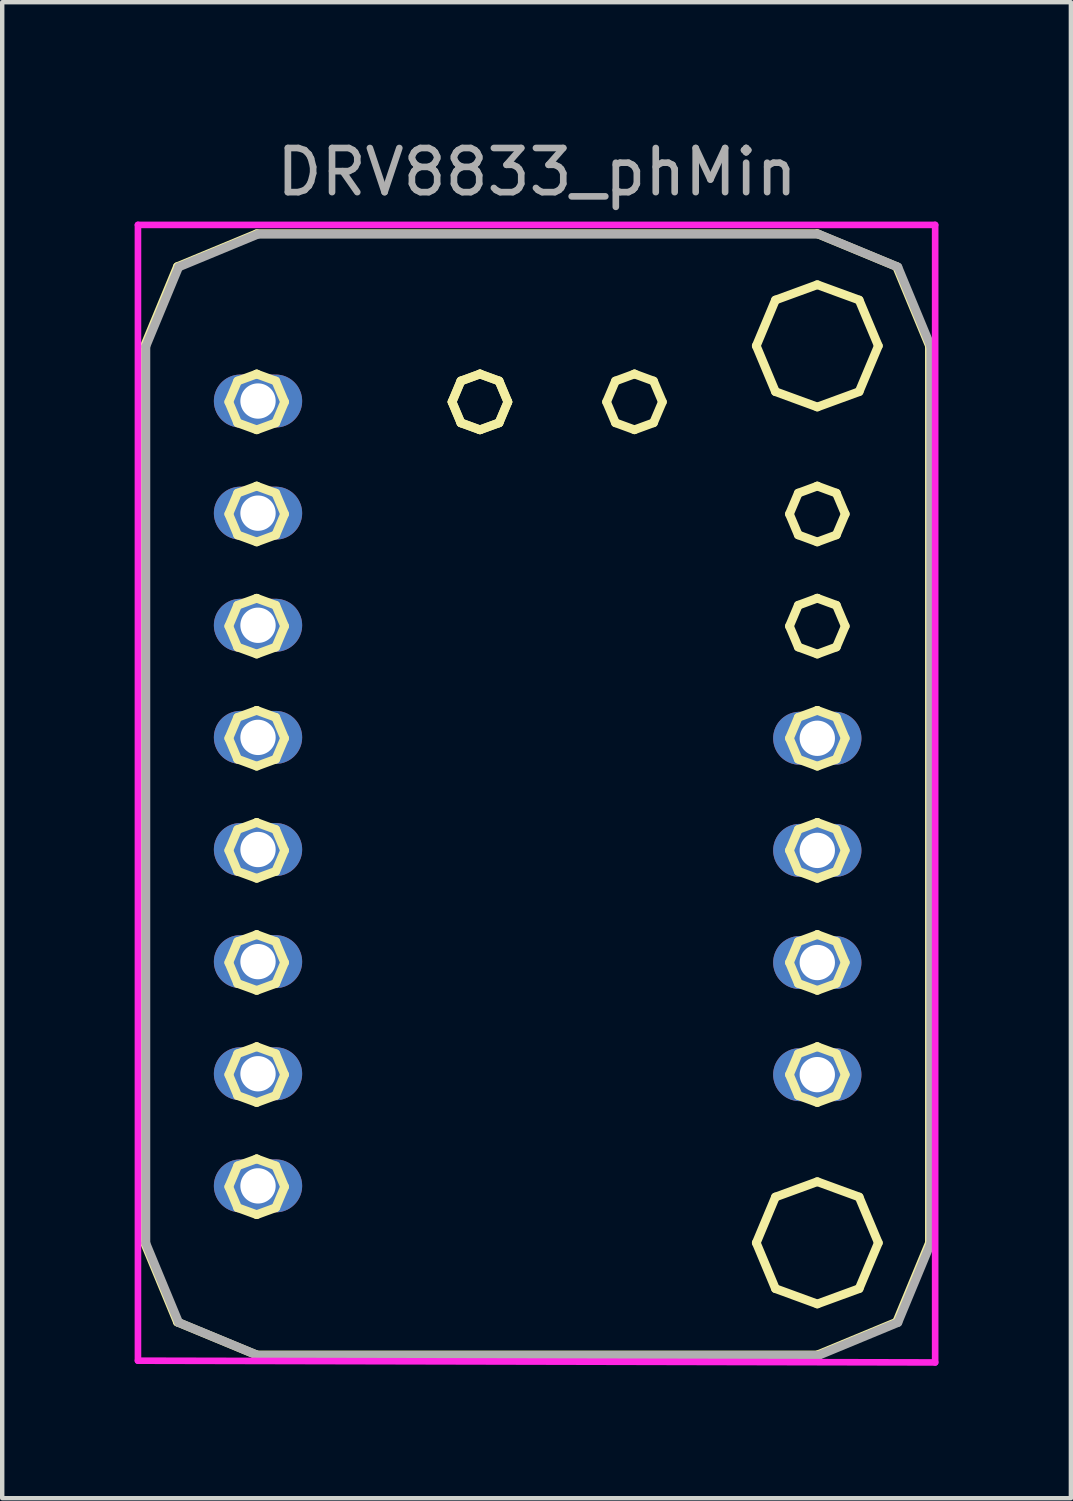
<source format=kicad_pcb>
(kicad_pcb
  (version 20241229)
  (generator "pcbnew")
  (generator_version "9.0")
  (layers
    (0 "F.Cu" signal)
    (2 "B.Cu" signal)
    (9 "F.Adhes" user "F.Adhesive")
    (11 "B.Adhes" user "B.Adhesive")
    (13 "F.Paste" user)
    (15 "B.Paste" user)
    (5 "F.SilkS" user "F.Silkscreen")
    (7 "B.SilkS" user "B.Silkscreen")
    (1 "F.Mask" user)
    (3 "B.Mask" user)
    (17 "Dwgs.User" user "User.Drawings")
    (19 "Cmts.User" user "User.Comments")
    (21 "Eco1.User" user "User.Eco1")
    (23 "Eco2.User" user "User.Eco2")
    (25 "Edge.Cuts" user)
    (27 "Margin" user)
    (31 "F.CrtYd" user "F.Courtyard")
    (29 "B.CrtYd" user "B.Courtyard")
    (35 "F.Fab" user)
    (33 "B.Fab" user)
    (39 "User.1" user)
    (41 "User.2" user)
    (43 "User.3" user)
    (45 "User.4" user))
  (footprint "DRV8833_phMin"
    (layer "F.Cu")
    (at 9.115 14.945)
    (property "Reference" "DRV8833_phMin" (at 0 -14.097 0) (layer "F.Fab") (effects (font (size 1 1) (thickness 0.15))))
    (attr smd)
    (fp_line (start -8.89 -10.16) (end -8.146 -11.956) (stroke (width 0.198) (type solid)) (layer "F.SilkS"))
    (fp_line (start -8.89 10.16) (end -8.89 -10.16) (stroke (width 0.198) (type solid)) (layer "F.SilkS"))
    (fp_line (start -8.146 -11.956) (end -6.35 -12.7) (stroke (width 0.198) (type solid)) (layer "F.SilkS"))
    (fp_line (start -8.146 11.956) (end -8.89 10.16) (stroke (width 0.198) (type solid)) (layer "F.SilkS"))
    (fp_line (start -6.982 -8.89) (end -6.782 -8.416) (stroke (width 0.198) (type solid)) (layer "F.SilkS"))
    (fp_line (start -6.982 -6.35) (end -6.782 -5.877) (stroke (width 0.198) (type solid)) (layer "F.SilkS"))
    (fp_line (start -6.982 -3.81) (end -6.782 -3.336) (stroke (width 0.198) (type solid)) (layer "F.SilkS"))
    (fp_line (start -6.982 -1.27) (end -6.782 -0.797) (stroke (width 0.198) (type solid)) (layer "F.SilkS"))
    (fp_line (start -6.982 1.271) (end -6.782 1.744) (stroke (width 0.198) (type solid)) (layer "F.SilkS"))
    (fp_line (start -6.982 3.81) (end -6.782 4.284) (stroke (width 0.198) (type solid)) (layer "F.SilkS"))
    (fp_line (start -6.982 6.35) (end -6.782 6.823) (stroke (width 0.198) (type solid)) (layer "F.SilkS"))
    (fp_line (start -6.982 8.89) (end -6.782 9.364) (stroke (width 0.198) (type solid)) (layer "F.SilkS"))
    (fp_line (start -6.782 -9.364) (end -6.982 -8.89) (stroke (width 0.198) (type solid)) (layer "F.SilkS"))
    (fp_line (start -6.782 -8.416) (end -6.35 -8.258) (stroke (width 0.198) (type solid)) (layer "F.SilkS"))
    (fp_line (start -6.782 -6.824) (end -6.982 -6.35) (stroke (width 0.198) (type solid)) (layer "F.SilkS"))
    (fp_line (start -6.782 -5.877) (end -6.35 -5.718) (stroke (width 0.198) (type solid)) (layer "F.SilkS"))
    (fp_line (start -6.782 -4.284) (end -6.982 -3.81) (stroke (width 0.198) (type solid)) (layer "F.SilkS"))
    (fp_line (start -6.782 -3.336) (end -6.35 -3.178) (stroke (width 0.198) (type solid)) (layer "F.SilkS"))
    (fp_line (start -6.782 -1.744) (end -6.982 -1.27) (stroke (width 0.198) (type solid)) (layer "F.SilkS"))
    (fp_line (start -6.782 -0.797) (end -6.35 -0.638) (stroke (width 0.198) (type solid)) (layer "F.SilkS"))
    (fp_line (start -6.782 0.797) (end -6.982 1.271) (stroke (width 0.198) (type solid)) (layer "F.SilkS"))
    (fp_line (start -6.782 1.744) (end -6.35 1.902) (stroke (width 0.198) (type solid)) (layer "F.SilkS"))
    (fp_line (start -6.782 3.336) (end -6.982 3.81) (stroke (width 0.198) (type solid)) (layer "F.SilkS"))
    (fp_line (start -6.782 4.284) (end -6.35 4.442) (stroke (width 0.198) (type solid)) (layer "F.SilkS"))
    (fp_line (start -6.782 5.876) (end -6.982 6.35) (stroke (width 0.198) (type solid)) (layer "F.SilkS"))
    (fp_line (start -6.782 6.823) (end -6.35 6.982) (stroke (width 0.198) (type solid)) (layer "F.SilkS"))
    (fp_line (start -6.782 8.416) (end -6.982 8.89) (stroke (width 0.198) (type solid)) (layer "F.SilkS"))
    (fp_line (start -6.782 9.364) (end -6.35 9.522) (stroke (width 0.198) (type solid)) (layer "F.SilkS"))
    (fp_line (start -6.35 -9.522) (end -6.782 -9.364) (stroke (width 0.198) (type solid)) (layer "F.SilkS"))
    (fp_line (start -6.35 -9.522) (end -6.35 -9.522) (stroke (width 0.198) (type solid)) (layer "F.SilkS"))
    (fp_line (start -6.35 -8.258) (end -5.918 -8.416) (stroke (width 0.198) (type solid)) (layer "F.SilkS"))
    (fp_line (start -6.35 -6.983) (end -6.782 -6.824) (stroke (width 0.198) (type solid)) (layer "F.SilkS"))
    (fp_line (start -6.35 -6.983) (end -6.35 -6.983) (stroke (width 0.198) (type solid)) (layer "F.SilkS"))
    (fp_line (start -6.35 -5.718) (end -5.918 -5.877) (stroke (width 0.198) (type solid)) (layer "F.SilkS"))
    (fp_line (start -6.35 -4.442) (end -6.782 -4.284) (stroke (width 0.198) (type solid)) (layer "F.SilkS"))
    (fp_line (start -6.35 -4.442) (end -6.35 -4.442) (stroke (width 0.198) (type solid)) (layer "F.SilkS"))
    (fp_line (start -6.35 -3.178) (end -5.918 -3.336) (stroke (width 0.198) (type solid)) (layer "F.SilkS"))
    (fp_line (start -6.35 -1.902) (end -6.782 -1.744) (stroke (width 0.198) (type solid)) (layer "F.SilkS"))
    (fp_line (start -6.35 -1.902) (end -6.35 -1.902) (stroke (width 0.198) (type solid)) (layer "F.SilkS"))
    (fp_line (start -6.35 -0.638) (end -5.918 -0.797) (stroke (width 0.198) (type solid)) (layer "F.SilkS"))
    (fp_line (start -6.35 0.638) (end -6.782 0.797) (stroke (width 0.198) (type solid)) (layer "F.SilkS"))
    (fp_line (start -6.35 0.638) (end -6.35 0.638) (stroke (width 0.198) (type solid)) (layer "F.SilkS"))
    (fp_line (start -6.35 1.902) (end -5.918 1.744) (stroke (width 0.198) (type solid)) (layer "F.SilkS"))
    (fp_line (start -6.35 3.178) (end -6.782 3.336) (stroke (width 0.198) (type solid)) (layer "F.SilkS"))
    (fp_line (start -6.35 3.178) (end -6.35 3.178) (stroke (width 0.198) (type solid)) (layer "F.SilkS"))
    (fp_line (start -6.35 4.442) (end -5.918 4.284) (stroke (width 0.198) (type solid)) (layer "F.SilkS"))
    (fp_line (start -6.35 5.717) (end -6.782 5.876) (stroke (width 0.198) (type solid)) (layer "F.SilkS"))
    (fp_line (start -6.35 5.717) (end -6.35 5.717) (stroke (width 0.198) (type solid)) (layer "F.SilkS"))
    (fp_line (start -6.35 6.982) (end -5.918 6.823) (stroke (width 0.198) (type solid)) (layer "F.SilkS"))
    (fp_line (start -6.35 8.258) (end -6.782 8.416) (stroke (width 0.198) (type solid)) (layer "F.SilkS"))
    (fp_line (start -6.35 8.258) (end -6.35 8.258) (stroke (width 0.198) (type solid)) (layer "F.SilkS"))
    (fp_line (start -6.35 9.522) (end -5.918 9.364) (stroke (width 0.198) (type solid)) (layer "F.SilkS"))
    (fp_line (start -6.35 -12.7) (end 6.35 -12.7) (stroke (width 0.198) (type solid)) (layer "F.SilkS"))
    (fp_line (start -6.35 12.7) (end -8.146 11.956) (stroke (width 0.198) (type solid)) (layer "F.SilkS"))
    (fp_line (start -5.918 -9.364) (end -6.35 -9.522) (stroke (width 0.198) (type solid)) (layer "F.SilkS"))
    (fp_line (start -5.918 -8.416) (end -5.718 -8.89) (stroke (width 0.198) (type solid)) (layer "F.SilkS"))
    (fp_line (start -5.918 -6.824) (end -6.35 -6.983) (stroke (width 0.198) (type solid)) (layer "F.SilkS"))
    (fp_line (start -5.918 -5.877) (end -5.718 -6.35) (stroke (width 0.198) (type solid)) (layer "F.SilkS"))
    (fp_line (start -5.918 -4.284) (end -6.35 -4.442) (stroke (width 0.198) (type solid)) (layer "F.SilkS"))
    (fp_line (start -5.918 -3.336) (end -5.718 -3.81) (stroke (width 0.198) (type solid)) (layer "F.SilkS"))
    (fp_line (start -5.918 -1.744) (end -6.35 -1.902) (stroke (width 0.198) (type solid)) (layer "F.SilkS"))
    (fp_line (start -5.918 -0.797) (end -5.718 -1.27) (stroke (width 0.198) (type solid)) (layer "F.SilkS"))
    (fp_line (start -5.918 0.797) (end -6.35 0.638) (stroke (width 0.198) (type solid)) (layer "F.SilkS"))
    (fp_line (start -5.918 1.744) (end -5.718 1.271) (stroke (width 0.198) (type solid)) (layer "F.SilkS"))
    (fp_line (start -5.918 3.336) (end -6.35 3.178) (stroke (width 0.198) (type solid)) (layer "F.SilkS"))
    (fp_line (start -5.918 4.284) (end -5.718 3.81) (stroke (width 0.198) (type solid)) (layer "F.SilkS"))
    (fp_line (start -5.918 5.876) (end -6.35 5.717) (stroke (width 0.198) (type solid)) (layer "F.SilkS"))
    (fp_line (start -5.918 6.823) (end -5.718 6.35) (stroke (width 0.198) (type solid)) (layer "F.SilkS"))
    (fp_line (start -5.918 8.416) (end -6.35 8.258) (stroke (width 0.198) (type solid)) (layer "F.SilkS"))
    (fp_line (start -5.918 9.364) (end -5.718 8.89) (stroke (width 0.198) (type solid)) (layer "F.SilkS"))
    (fp_line (start -5.718 -8.89) (end -5.918 -9.364) (stroke (width 0.198) (type solid)) (layer "F.SilkS"))
    (fp_line (start -5.718 -6.35) (end -5.918 -6.824) (stroke (width 0.198) (type solid)) (layer "F.SilkS"))
    (fp_line (start -5.718 -3.81) (end -5.918 -4.284) (stroke (width 0.198) (type solid)) (layer "F.SilkS"))
    (fp_line (start -5.718 -1.27) (end -5.918 -1.744) (stroke (width 0.198) (type solid)) (layer "F.SilkS"))
    (fp_line (start -5.718 1.271) (end -5.918 0.797) (stroke (width 0.198) (type solid)) (layer "F.SilkS"))
    (fp_line (start -5.718 3.81) (end -5.918 3.336) (stroke (width 0.198) (type solid)) (layer "F.SilkS"))
    (fp_line (start -5.718 6.35) (end -5.918 5.876) (stroke (width 0.198) (type solid)) (layer "F.SilkS"))
    (fp_line (start -5.718 8.89) (end -5.918 8.416) (stroke (width 0.198) (type solid)) (layer "F.SilkS"))
    (fp_line (start -1.924 -8.89) (end -1.724 -8.416) (stroke (width 0.198) (type solid)) (layer "F.SilkS"))
    (fp_line (start -1.924 -8.89) (end -1.724 -8.416) (stroke (width 0.198) (type solid)) (layer "F.SilkS"))
    (fp_line (start -1.724 -9.364) (end -1.924 -8.89) (stroke (width 0.198) (type solid)) (layer "F.SilkS"))
    (fp_line (start -1.724 -9.364) (end -1.924 -8.89) (stroke (width 0.198) (type solid)) (layer "F.SilkS"))
    (fp_line (start -1.724 -8.416) (end -1.292 -8.258) (stroke (width 0.198) (type solid)) (layer "F.SilkS"))
    (fp_line (start -1.724 -8.416) (end -1.292 -8.258) (stroke (width 0.198) (type solid)) (layer "F.SilkS"))
    (fp_line (start -1.292 -9.522) (end -1.724 -9.364) (stroke (width 0.198) (type solid)) (layer "F.SilkS"))
    (fp_line (start -1.292 -9.522) (end -1.724 -9.364) (stroke (width 0.198) (type solid)) (layer "F.SilkS"))
    (fp_line (start -1.292 -9.522) (end -1.292 -9.522) (stroke (width 0.198) (type solid)) (layer "F.SilkS"))
    (fp_line (start -1.292 -9.522) (end -1.292 -9.522) (stroke (width 0.198) (type solid)) (layer "F.SilkS"))
    (fp_line (start -1.292 -8.258) (end -0.86 -8.416) (stroke (width 0.198) (type solid)) (layer "F.SilkS"))
    (fp_line (start -1.292 -8.258) (end -0.86 -8.416) (stroke (width 0.198) (type solid)) (layer "F.SilkS"))
    (fp_line (start -0.86 -9.364) (end -1.292 -9.522) (stroke (width 0.198) (type solid)) (layer "F.SilkS"))
    (fp_line (start -0.86 -9.364) (end -1.292 -9.522) (stroke (width 0.198) (type solid)) (layer "F.SilkS"))
    (fp_line (start -0.86 -8.416) (end -0.66 -8.89) (stroke (width 0.198) (type solid)) (layer "F.SilkS"))
    (fp_line (start -0.86 -8.416) (end -0.66 -8.89) (stroke (width 0.198) (type solid)) (layer "F.SilkS"))
    (fp_line (start -0.66 -8.89) (end -0.86 -9.364) (stroke (width 0.198) (type solid)) (layer "F.SilkS"))
    (fp_line (start -0.66 -8.89) (end -0.86 -9.364) (stroke (width 0.198) (type solid)) (layer "F.SilkS"))
    (fp_line (start 1.576 -8.89) (end 1.777 -8.417) (stroke (width 0.198) (type solid)) (layer "F.SilkS"))
    (fp_line (start 1.777 -9.364) (end 1.576 -8.89) (stroke (width 0.198) (type solid)) (layer "F.SilkS"))
    (fp_line (start 1.777 -8.417) (end 2.208 -8.259) (stroke (width 0.198) (type solid)) (layer "F.SilkS"))
    (fp_line (start 2.208 -9.523) (end 1.777 -9.364) (stroke (width 0.198) (type solid)) (layer "F.SilkS"))
    (fp_line (start 2.208 -9.523) (end 2.208 -9.523) (stroke (width 0.198) (type solid)) (layer "F.SilkS"))
    (fp_line (start 2.208 -8.259) (end 2.64 -8.417) (stroke (width 0.198) (type solid)) (layer "F.SilkS"))
    (fp_line (start 2.64 -9.364) (end 2.208 -9.523) (stroke (width 0.198) (type solid)) (layer "F.SilkS"))
    (fp_line (start 2.64 -8.417) (end 2.841 -8.89) (stroke (width 0.198) (type solid)) (layer "F.SilkS"))
    (fp_line (start 2.841 -8.89) (end 2.64 -9.364) (stroke (width 0.198) (type solid)) (layer "F.SilkS"))
    (fp_line (start 4.968 -10.16) (end 5.402 -9.122) (stroke (width 0.198) (type solid)) (layer "F.SilkS"))
    (fp_line (start 4.968 10.16) (end 5.402 11.198) (stroke (width 0.198) (type solid)) (layer "F.SilkS"))
    (fp_line (start 5.402 -11.198) (end 4.968 -10.16) (stroke (width 0.198) (type solid)) (layer "F.SilkS"))
    (fp_line (start 5.402 -9.122) (end 6.35 -8.775) (stroke (width 0.198) (type solid)) (layer "F.SilkS"))
    (fp_line (start 5.402 9.122) (end 4.968 10.16) (stroke (width 0.198) (type solid)) (layer "F.SilkS"))
    (fp_line (start 5.402 11.198) (end 6.35 11.545) (stroke (width 0.198) (type solid)) (layer "F.SilkS"))
    (fp_line (start 5.719 -6.35) (end 5.919 -5.877) (stroke (width 0.198) (type solid)) (layer "F.SilkS"))
    (fp_line (start 5.719 -3.81) (end 5.919 -3.337) (stroke (width 0.198) (type solid)) (layer "F.SilkS"))
    (fp_line (start 5.719 -1.27) (end 5.919 -0.796) (stroke (width 0.198) (type solid)) (layer "F.SilkS"))
    (fp_line (start 5.719 1.27) (end 5.919 1.743) (stroke (width 0.198) (type solid)) (layer "F.SilkS"))
    (fp_line (start 5.719 3.81) (end 5.919 4.283) (stroke (width 0.198) (type solid)) (layer "F.SilkS"))
    (fp_line (start 5.719 6.35) (end 5.919 6.823) (stroke (width 0.198) (type solid)) (layer "F.SilkS"))
    (fp_line (start 5.919 -6.824) (end 5.719 -6.35) (stroke (width 0.198) (type solid)) (layer "F.SilkS"))
    (fp_line (start 5.919 -5.877) (end 6.35 -5.718) (stroke (width 0.198) (type solid)) (layer "F.SilkS"))
    (fp_line (start 5.919 -4.284) (end 5.719 -3.81) (stroke (width 0.198) (type solid)) (layer "F.SilkS"))
    (fp_line (start 5.919 -3.337) (end 6.35 -3.178) (stroke (width 0.198) (type solid)) (layer "F.SilkS"))
    (fp_line (start 5.919 -1.744) (end 5.719 -1.27) (stroke (width 0.198) (type solid)) (layer "F.SilkS"))
    (fp_line (start 5.919 -0.796) (end 6.35 -0.638) (stroke (width 0.198) (type solid)) (layer "F.SilkS"))
    (fp_line (start 5.919 0.796) (end 5.719 1.27) (stroke (width 0.198) (type solid)) (layer "F.SilkS"))
    (fp_line (start 5.919 1.743) (end 6.35 1.902) (stroke (width 0.198) (type solid)) (layer "F.SilkS"))
    (fp_line (start 5.919 3.336) (end 5.719 3.81) (stroke (width 0.198) (type solid)) (layer "F.SilkS"))
    (fp_line (start 5.919 4.283) (end 6.35 4.441) (stroke (width 0.198) (type solid)) (layer "F.SilkS"))
    (fp_line (start 5.919 5.876) (end 5.719 6.35) (stroke (width 0.198) (type solid)) (layer "F.SilkS"))
    (fp_line (start 5.919 6.823) (end 6.35 6.982) (stroke (width 0.198) (type solid)) (layer "F.SilkS"))
    (fp_line (start 6.35 -11.545) (end 5.402 -11.198) (stroke (width 0.198) (type solid)) (layer "F.SilkS"))
    (fp_line (start 6.35 -8.775) (end 7.298 -9.122) (stroke (width 0.198) (type solid)) (layer "F.SilkS"))
    (fp_line (start 6.35 8.775) (end 5.402 9.122) (stroke (width 0.198) (type solid)) (layer "F.SilkS"))
    (fp_line (start 6.35 11.545) (end 7.298 11.198) (stroke (width 0.198) (type solid)) (layer "F.SilkS"))
    (fp_line (start 6.35 -12.7) (end 8.146 -11.956) (stroke (width 0.198) (type solid)) (layer "F.SilkS"))
    (fp_line (start 6.35 12.7) (end -6.35 12.7) (stroke (width 0.198) (type solid)) (layer "F.SilkS"))
    (fp_line (start 6.35 -6.983) (end 5.919 -6.824) (stroke (width 0.198) (type solid)) (layer "F.SilkS"))
    (fp_line (start 6.35 -6.983) (end 6.35 -6.983) (stroke (width 0.198) (type solid)) (layer "F.SilkS"))
    (fp_line (start 6.35 -5.718) (end 6.782 -5.877) (stroke (width 0.198) (type solid)) (layer "F.SilkS"))
    (fp_line (start 6.35 -4.443) (end 5.919 -4.284) (stroke (width 0.198) (type solid)) (layer "F.SilkS"))
    (fp_line (start 6.35 -4.443) (end 6.35 -4.443) (stroke (width 0.198) (type solid)) (layer "F.SilkS"))
    (fp_line (start 6.35 -3.178) (end 6.782 -3.337) (stroke (width 0.198) (type solid)) (layer "F.SilkS"))
    (fp_line (start 6.35 -1.902) (end 5.919 -1.744) (stroke (width 0.198) (type solid)) (layer "F.SilkS"))
    (fp_line (start 6.35 -1.902) (end 6.35 -1.902) (stroke (width 0.198) (type solid)) (layer "F.SilkS"))
    (fp_line (start 6.35 -0.638) (end 6.782 -0.796) (stroke (width 0.198) (type solid)) (layer "F.SilkS"))
    (fp_line (start 6.35 0.637) (end 5.919 0.796) (stroke (width 0.198) (type solid)) (layer "F.SilkS"))
    (fp_line (start 6.35 0.637) (end 6.35 0.637) (stroke (width 0.198) (type solid)) (layer "F.SilkS"))
    (fp_line (start 6.35 1.902) (end 6.782 1.743) (stroke (width 0.198) (type solid)) (layer "F.SilkS"))
    (fp_line (start 6.35 3.177) (end 5.919 3.336) (stroke (width 0.198) (type solid)) (layer "F.SilkS"))
    (fp_line (start 6.35 3.177) (end 6.35 3.177) (stroke (width 0.198) (type solid)) (layer "F.SilkS"))
    (fp_line (start 6.35 4.441) (end 6.782 4.283) (stroke (width 0.198) (type solid)) (layer "F.SilkS"))
    (fp_line (start 6.35 5.717) (end 5.919 5.876) (stroke (width 0.198) (type solid)) (layer "F.SilkS"))
    (fp_line (start 6.35 5.717) (end 6.35 5.717) (stroke (width 0.198) (type solid)) (layer "F.SilkS"))
    (fp_line (start 6.35 6.982) (end 6.782 6.823) (stroke (width 0.198) (type solid)) (layer "F.SilkS"))
    (fp_line (start 6.782 -6.824) (end 6.35 -6.983) (stroke (width 0.198) (type solid)) (layer "F.SilkS"))
    (fp_line (start 6.782 -5.877) (end 6.983 -6.35) (stroke (width 0.198) (type solid)) (layer "F.SilkS"))
    (fp_line (start 6.782 -4.284) (end 6.35 -4.443) (stroke (width 0.198) (type solid)) (layer "F.SilkS"))
    (fp_line (start 6.782 -3.337) (end 6.983 -3.81) (stroke (width 0.198) (type solid)) (layer "F.SilkS"))
    (fp_line (start 6.782 -1.744) (end 6.35 -1.902) (stroke (width 0.198) (type solid)) (layer "F.SilkS"))
    (fp_line (start 6.782 -0.796) (end 6.983 -1.27) (stroke (width 0.198) (type solid)) (layer "F.SilkS"))
    (fp_line (start 6.782 0.796) (end 6.35 0.637) (stroke (width 0.198) (type solid)) (layer "F.SilkS"))
    (fp_line (start 6.782 1.743) (end 6.983 1.27) (stroke (width 0.198) (type solid)) (layer "F.SilkS"))
    (fp_line (start 6.782 3.336) (end 6.35 3.177) (stroke (width 0.198) (type solid)) (layer "F.SilkS"))
    (fp_line (start 6.782 4.283) (end 6.983 3.81) (stroke (width 0.198) (type solid)) (layer "F.SilkS"))
    (fp_line (start 6.782 5.876) (end 6.35 5.717) (stroke (width 0.198) (type solid)) (layer "F.SilkS"))
    (fp_line (start 6.782 6.823) (end 6.983 6.35) (stroke (width 0.198) (type solid)) (layer "F.SilkS"))
    (fp_line (start 6.983 -6.35) (end 6.782 -6.824) (stroke (width 0.198) (type solid)) (layer "F.SilkS"))
    (fp_line (start 6.983 -3.81) (end 6.782 -4.284) (stroke (width 0.198) (type solid)) (layer "F.SilkS"))
    (fp_line (start 6.983 -1.27) (end 6.782 -1.744) (stroke (width 0.198) (type solid)) (layer "F.SilkS"))
    (fp_line (start 6.983 1.27) (end 6.782 0.796) (stroke (width 0.198) (type solid)) (layer "F.SilkS"))
    (fp_line (start 6.983 3.81) (end 6.782 3.336) (stroke (width 0.198) (type solid)) (layer "F.SilkS"))
    (fp_line (start 6.983 6.35) (end 6.782 5.876) (stroke (width 0.198) (type solid)) (layer "F.SilkS"))
    (fp_line (start 7.298 -11.198) (end 6.35 -11.545) (stroke (width 0.198) (type solid)) (layer "F.SilkS"))
    (fp_line (start 7.298 -9.122) (end 7.733 -10.16) (stroke (width 0.198) (type solid)) (layer "F.SilkS"))
    (fp_line (start 7.298 9.122) (end 6.35 8.775) (stroke (width 0.198) (type solid)) (layer "F.SilkS"))
    (fp_line (start 7.298 11.198) (end 7.733 10.16) (stroke (width 0.198) (type solid)) (layer "F.SilkS"))
    (fp_line (start 7.733 -10.16) (end 7.298 -11.198) (stroke (width 0.198) (type solid)) (layer "F.SilkS"))
    (fp_line (start 7.733 10.16) (end 7.298 9.122) (stroke (width 0.198) (type solid)) (layer "F.SilkS"))
    (fp_line (start 8.146 -11.956) (end 8.89 -10.16) (stroke (width 0.198) (type solid)) (layer "F.SilkS"))
    (fp_line (start 8.146 11.956) (end 6.35 12.7) (stroke (width 0.198) (type solid)) (layer "F.SilkS"))
    (fp_line (start 8.89 -10.16) (end 8.89 10.16) (stroke (width 0.198) (type solid)) (layer "F.SilkS"))
    (fp_line (start 8.89 10.16) (end 8.146 11.956) (stroke (width 0.198) (type solid)) (layer "F.SilkS"))
    (fp_line (start -9.04 -12.9) (end -9.04 12.83) (stroke (width 0.15) (type solid)) (layer "F.CrtYd"))
    (fp_line (start -9.04 12.83) (end 9.02 12.87) (stroke (width 0.15) (type solid)) (layer "F.CrtYd"))
    (fp_line (start 9.02 -12.9) (end -9.04 -12.9) (stroke (width 0.15) (type solid)) (layer "F.CrtYd"))
    (fp_line (start 9.02 12.87) (end 9.02 -12.9) (stroke (width 0.15) (type solid)) (layer "F.CrtYd"))
    (fp_line (start -8.86 -10.15) (end -8.116 -11.946) (stroke (width 0.198) (type solid)) (layer "F.Fab"))
    (fp_line (start -8.86 10.17) (end -8.86 -10.15) (stroke (width 0.198) (type solid)) (layer "F.Fab"))
    (fp_line (start -8.116 -11.946) (end -6.32 -12.69) (stroke (width 0.198) (type solid)) (layer "F.Fab"))
    (fp_line (start -8.116 11.966) (end -8.86 10.17) (stroke (width 0.198) (type solid)) (layer "F.Fab"))
    (fp_line (start -6.32 -12.69) (end 6.38 -12.69) (stroke (width 0.198) (type solid)) (layer "F.Fab"))
    (fp_line (start -6.32 12.71) (end -8.116 11.966) (stroke (width 0.198) (type solid)) (layer "F.Fab"))
    (fp_line (start 6.38 -12.69) (end 8.176 -11.946) (stroke (width 0.198) (type solid)) (layer "F.Fab"))
    (fp_line (start 6.38 12.71) (end -6.32 12.71) (stroke (width 0.198) (type solid)) (layer "F.Fab"))
    (fp_line (start 8.176 -11.946) (end 8.92 -10.15) (stroke (width 0.198) (type solid)) (layer "F.Fab"))
    (fp_line (start 8.176 11.966) (end 6.38 12.71) (stroke (width 0.198) (type solid)) (layer "F.Fab"))
    (fp_line (start 8.92 -10.15) (end 8.92 10.17) (stroke (width 0.198) (type solid)) (layer "F.Fab"))
    (fp_line (start 8.92 10.17) (end 8.176 11.966) (stroke (width 0.198) (type solid)) (layer "F.Fab"))
    (pad "1" thru_hole oval (at -6.32 -8.91 270) (size 1.2 2) (drill 0.8) (layers "*.Cu" "*.Mask"))
    (pad "2" thru_hole oval (at -6.32 -6.37 270) (size 1.2 2) (drill 0.8) (layers "*.Cu" "*.Mask"))
    (pad "3" thru_hole oval (at -6.32 -3.83 270) (size 1.2 2) (drill 0.8) (layers "*.Cu" "*.Mask"))
    (pad "4" thru_hole oval (at -6.32 -1.29 270) (size 1.2 2) (drill 0.8) (layers "*.Cu" "*.Mask"))
    (pad "5" thru_hole oval (at -6.32 1.25 270) (size 1.2 2) (drill 0.8) (layers "*.Cu" "*.Mask"))
    (pad "6" thru_hole oval (at -6.32 3.79 270) (size 1.2 2) (drill 0.8) (layers "*.Cu" "*.Mask"))
    (pad "7" thru_hole oval (at -6.32 6.33 270) (size 1.2 2) (drill 0.8) (layers "*.Cu" "*.Mask"))
    (pad "8" thru_hole oval (at -6.32 8.87 270) (size 1.2 2) (drill 0.8) (layers "*.Cu" "*.Mask"))
    (pad "9" thru_hole oval (at 6.35 6.35 90) (size 1.2 2) (drill 0.8) (layers "*.Cu" "*.Mask"))
    (pad "10" thru_hole oval (at 6.35 3.81 90) (size 1.2 2) (drill 0.8) (layers "*.Cu" "*.Mask"))
    (pad "11" thru_hole oval (at 6.35 1.27 90) (size 1.2 2) (drill 0.8) (layers "*.Cu" "*.Mask"))
    (pad "12" thru_hole oval (at 6.35 -1.27 90) (size 1.2 2) (drill 0.8) (layers "*.Cu" "*.Mask")))
  (gr_rect
    (start -3 -3)
    (end 21.21 30.89)
    (stroke (width 0.1) (type default))
    (fill no)
    (layer "Edge.Cuts")))
</source>
